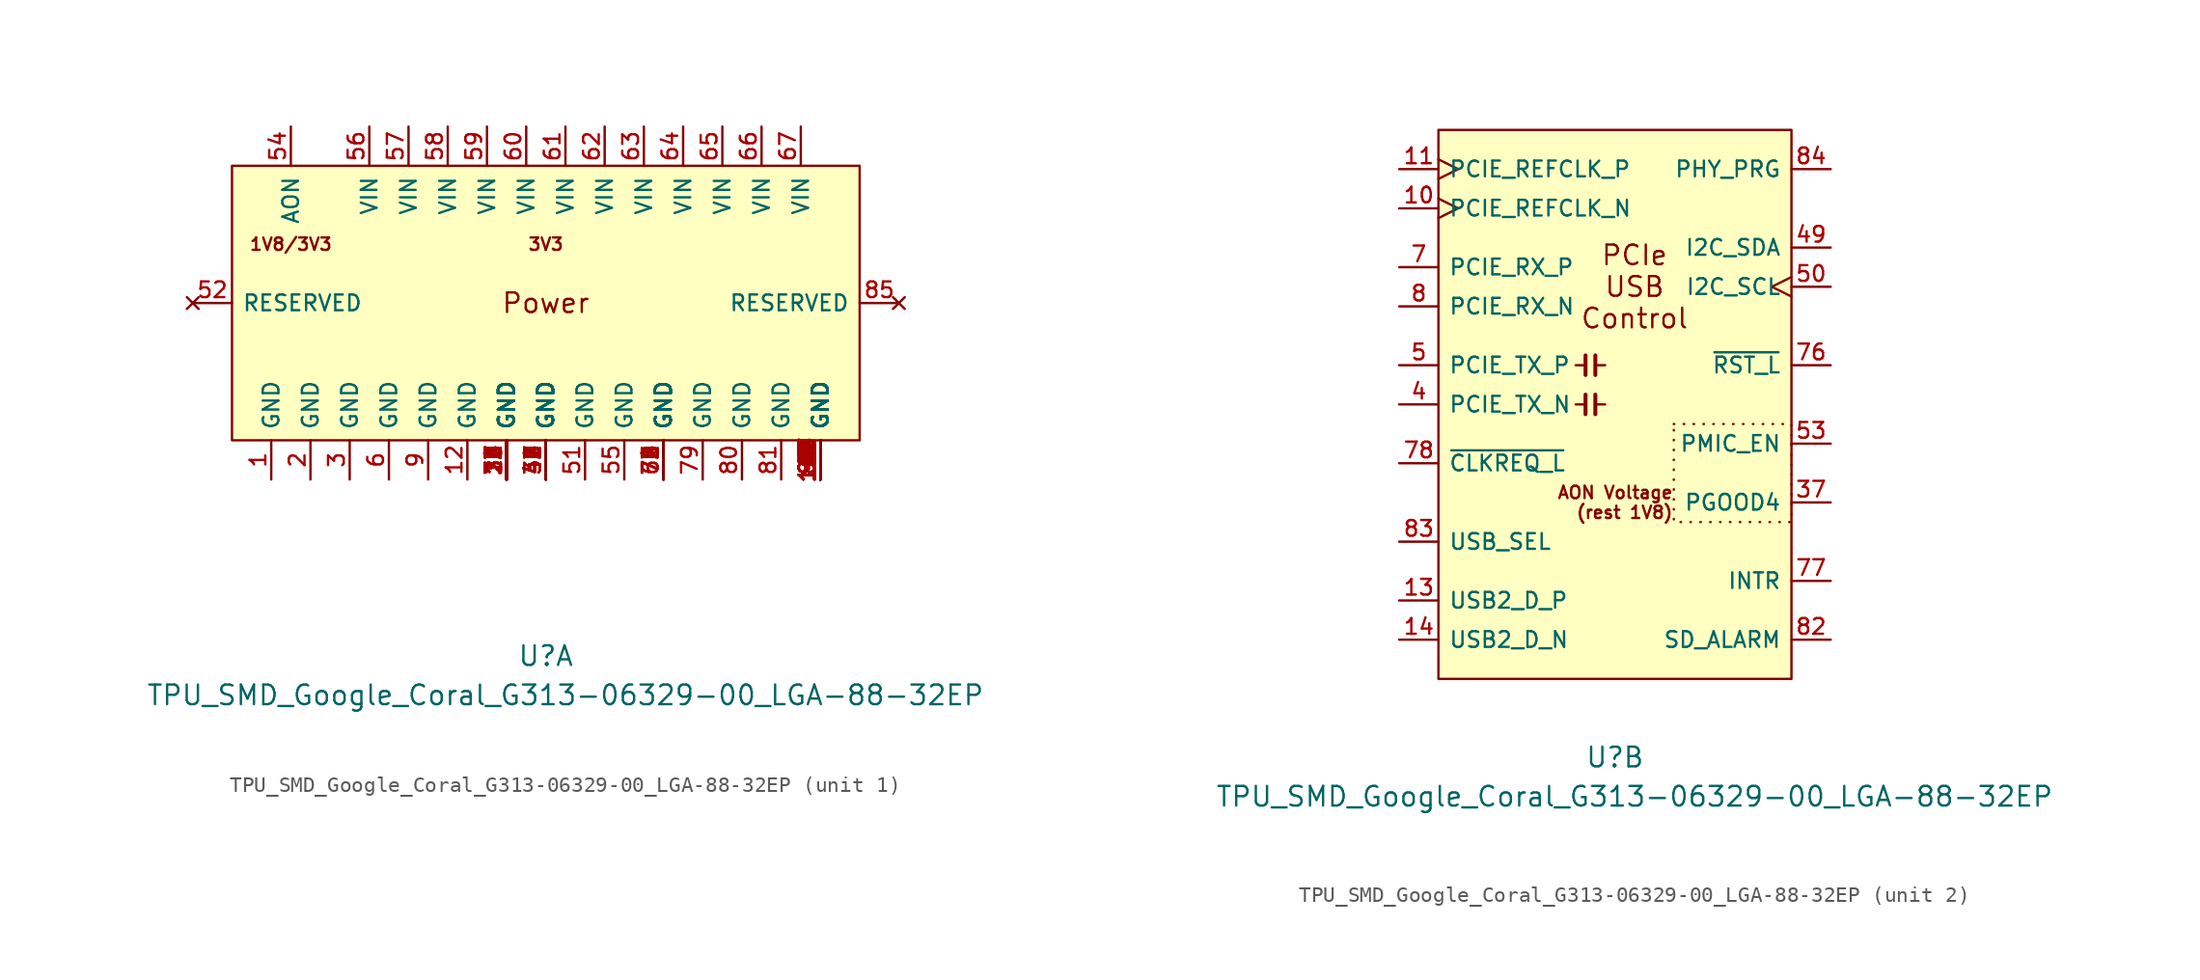
<source format=kicad_sym>
(kicad_symbol_lib
  (version 20241209)
  (generator "kicad_symbol_editor")
  (generator_version "9.0")
  (symbol "TPU_SMD_Google_Coral_G313-06329-00_LGA-88-32EP"
    (pin_names
      (offset 0.635))
    (property "Reference" "U"
      (at 0 -22.86 0)
      (effects (font (size 1.27 1.27))))
    (property "Value" "TPU_SMD_Google_Coral_G313-06329-00_LGA-88-32EP"
      (at 1.27 -25.4 0)
      (effects (font (size 1.27 1.27))))
    (property "ki_locked" ""
      (at 0 0 0)
      (effects (font (size 1.27 1.27))))
    (symbol "TPU_SMD_Google_Coral_G313-06329-00_LGA-88-32EP_1_0"
      (pin no_connect line (at -22.86 0 0) (length 2.54) (name "RESERVED" (effects (font (size 1.016 1.016)))) (number "52" (effects (font (size 1.016 1.016)))))
      (pin power_in line (at -17.78 -11.43 90) (length 2.54) (name "GND" (effects (font (size 1.016 1.016)))) (number "1" (effects (font (size 1.016 1.016)))))
      (pin power_in line (at -16.51 11.43 270) (length 2.54) (name "AON" (effects (font (size 1.016 1.016)))) (number "54" (effects (font (size 1.016 1.016)))))
      (pin power_in line (at -15.24 -11.43 90) (length 2.54) (name "GND" (effects (font (size 1.016 1.016)))) (number "2" (effects (font (size 1.016 1.016)))))
      (pin power_in line (at -12.7 -11.43 90) (length 2.54) (name "GND" (effects (font (size 1.016 1.016)))) (number "3" (effects (font (size 1.016 1.016)))))
      (pin power_in line (at -11.43 11.43 270) (length 2.54) (name "VIN" (effects (font (size 1.016 1.016)))) (number "56" (effects (font (size 1.016 1.016)))))
      (pin power_in line (at -10.16 -11.43 90) (length 2.54) (name "GND" (effects (font (size 1.016 1.016)))) (number "6" (effects (font (size 1.016 1.016)))))
      (pin power_in line (at -8.89 11.43 270) (length 2.54) (name "VIN" (effects (font (size 1.016 1.016)))) (number "57" (effects (font (size 1.016 1.016)))))
      (pin power_in line (at -7.62 -11.43 90) (length 2.54) (name "GND" (effects (font (size 1.016 1.016)))) (number "9" (effects (font (size 1.016 1.016)))))
      (pin power_in line (at -6.35 11.43 270) (length 2.54) (name "VIN" (effects (font (size 1.016 1.016)))) (number "58" (effects (font (size 1.016 1.016)))))
      (pin power_in line (at -5.08 -11.43 90) (length 2.54) (name "GND" (effects (font (size 1.016 1.016)))) (number "12" (effects (font (size 1.016 1.016)))))
      (pin power_in line (at -3.81 11.43 270) (length 2.54) (name "VIN" (effects (font (size 1.016 1.016)))) (number "59" (effects (font (size 1.016 1.016)))))
      (pin power_in line (at -2.54 -11.43 90) (length 2.54) (name "GND" (effects (font (size 1.016 1.016)))) (number "15" (effects (font (size 1.016 1.016)))))
      (pin power_in line (at -2.54 -11.43 90) (length 2.54) (name "GND" (effects (font (size 1.016 1.016)))) (number "16" (effects (font (size 1.016 1.016)))))
      (pin power_in line (at -2.54 -11.43 90) (length 2.54) (name "GND" (effects (font (size 1.016 1.016)))) (number "17" (effects (font (size 1.016 1.016)))))
      (pin power_in line (at -2.54 -11.43 90) (length 2.54) (name "GND" (effects (font (size 1.016 1.016)))) (number "18" (effects (font (size 1.016 1.016)))))
      (pin power_in line (at -2.54 -11.43 90) (length 2.54) (name "GND" (effects (font (size 1.016 1.016)))) (number "19" (effects (font (size 1.016 1.016)))))
      (pin power_in line (at -2.54 -11.43 90) (length 2.54) (name "GND" (effects (font (size 1.016 1.016)))) (number "20" (effects (font (size 1.016 1.016)))))
      (pin power_in line (at -2.54 -11.43 90) (length 2.54) (name "GND" (effects (font (size 1.016 1.016)))) (number "21" (effects (font (size 1.016 1.016)))))
      (pin power_in line (at -2.54 -11.43 90) (length 2.54) (name "GND" (effects (font (size 1.016 1.016)))) (number "22" (effects (font (size 1.016 1.016)))))
      (pin power_in line (at -2.54 -11.43 90) (length 2.54) (name "GND" (effects (font (size 1.016 1.016)))) (number "23" (effects (font (size 1.016 1.016)))))
      (pin power_in line (at -2.54 -11.43 90) (length 2.54) (name "GND" (effects (font (size 1.016 1.016)))) (number "24" (effects (font (size 1.016 1.016)))))
      (pin power_in line (at -2.54 -11.43 90) (length 2.54) (name "GND" (effects (font (size 1.016 1.016)))) (number "25" (effects (font (size 1.016 1.016)))))
      (pin power_in line (at -2.54 -11.43 90) (length 2.54) (name "GND" (effects (font (size 1.016 1.016)))) (number "26" (effects (font (size 1.016 1.016)))))
      (pin power_in line (at -2.54 -11.43 90) (length 2.54) (name "GND" (effects (font (size 1.016 1.016)))) (number "27" (effects (font (size 1.016 1.016)))))
      (pin power_in line (at -2.54 -11.43 90) (length 2.54) (name "GND" (effects (font (size 1.016 1.016)))) (number "28" (effects (font (size 1.016 1.016)))))
      (pin power_in line (at -2.54 -11.43 90) (length 2.54) (name "GND" (effects (font (size 1.016 1.016)))) (number "29" (effects (font (size 1.016 1.016)))))
      (pin power_in line (at -2.54 -11.43 90) (length 2.54) (name "GND" (effects (font (size 1.016 1.016)))) (number "30" (effects (font (size 1.016 1.016)))))
      (pin power_in line (at -2.54 -11.43 90) (length 2.54) (name "GND" (effects (font (size 1.016 1.016)))) (number "31" (effects (font (size 1.016 1.016)))))
      (pin power_in line (at -2.54 -11.43 90) (length 2.54) (name "GND" (effects (font (size 1.016 1.016)))) (number "32" (effects (font (size 1.016 1.016)))))
      (pin power_in line (at -2.54 -11.43 90) (length 2.54) (name "GND" (effects (font (size 1.016 1.016)))) (number "33" (effects (font (size 1.016 1.016)))))
      (pin power_in line (at -2.54 -11.43 90) (length 2.54) (name "GND" (effects (font (size 1.016 1.016)))) (number "34" (effects (font (size 1.016 1.016)))))
      (pin power_in line (at -2.54 -11.43 90) (length 2.54) (name "GND" (effects (font (size 1.016 1.016)))) (number "35" (effects (font (size 1.016 1.016)))))
      (pin power_in line (at -2.54 -11.43 90) (length 2.54) (name "GND" (effects (font (size 1.016 1.016)))) (number "36" (effects (font (size 1.016 1.016)))))
      (pin power_in line (at -1.27 11.43 270) (length 2.54) (name "VIN" (effects (font (size 1.016 1.016)))) (number "60" (effects (font (size 1.016 1.016)))))
      (pin power_in line (at 0 -11.43 90) (length 2.54) (name "GND" (effects (font (size 1.016 1.016)))) (number "38" (effects (font (size 1.016 1.016)))))
      (pin power_in line (at 0 -11.43 90) (length 2.54) (name "GND" (effects (font (size 1.016 1.016)))) (number "39" (effects (font (size 1.016 1.016)))))
      (pin power_in line (at 0 -11.43 90) (length 2.54) (name "GND" (effects (font (size 1.016 1.016)))) (number "40" (effects (font (size 1.016 1.016)))))
      (pin power_in line (at 0 -11.43 90) (length 2.54) (name "GND" (effects (font (size 1.016 1.016)))) (number "41" (effects (font (size 1.016 1.016)))))
      (pin power_in line (at 0 -11.43 90) (length 2.54) (name "GND" (effects (font (size 1.016 1.016)))) (number "42" (effects (font (size 1.016 1.016)))))
      (pin power_in line (at 0 -11.43 90) (length 2.54) (name "GND" (effects (font (size 1.016 1.016)))) (number "43" (effects (font (size 1.016 1.016)))))
      (pin power_in line (at 0 -11.43 90) (length 2.54) (name "GND" (effects (font (size 1.016 1.016)))) (number "44" (effects (font (size 1.016 1.016)))))
      (pin power_in line (at 0 -11.43 90) (length 2.54) (name "GND" (effects (font (size 1.016 1.016)))) (number "45" (effects (font (size 1.016 1.016)))))
      (pin power_in line (at 0 -11.43 90) (length 2.54) (name "GND" (effects (font (size 1.016 1.016)))) (number "46" (effects (font (size 1.016 1.016)))))
      (pin power_in line (at 0 -11.43 90) (length 2.54) (name "GND" (effects (font (size 1.016 1.016)))) (number "47" (effects (font (size 1.016 1.016)))))
      (pin power_in line (at 0 -11.43 90) (length 2.54) (name "GND" (effects (font (size 1.016 1.016)))) (number "48" (effects (font (size 1.016 1.016)))))
      (pin power_in line (at 1.27 11.43 270) (length 2.54) (name "VIN" (effects (font (size 1.016 1.016)))) (number "61" (effects (font (size 1.016 1.016)))))
      (pin power_in line (at 2.54 -11.43 90) (length 2.54) (name "GND" (effects (font (size 1.016 1.016)))) (number "51" (effects (font (size 1.016 1.016)))))
      (pin power_in line (at 3.81 11.43 270) (length 2.54) (name "VIN" (effects (font (size 1.016 1.016)))) (number "62" (effects (font (size 1.016 1.016)))))
      (pin power_in line (at 5.08 -11.43 90) (length 2.54) (name "GND" (effects (font (size 1.016 1.016)))) (number "55" (effects (font (size 1.016 1.016)))))
      (pin power_in line (at 6.35 11.43 270) (length 2.54) (name "VIN" (effects (font (size 1.016 1.016)))) (number "63" (effects (font (size 1.016 1.016)))))
      (pin power_in line (at 7.62 -11.43 90) (length 2.54) (name "GND" (effects (font (size 1.016 1.016)))) (number "68" (effects (font (size 1.016 1.016)))))
      (pin power_in line (at 7.62 -11.43 90) (length 2.54) (name "GND" (effects (font (size 1.016 1.016)))) (number "69" (effects (font (size 1.016 1.016)))))
      (pin power_in line (at 7.62 -11.43 90) (length 2.54) (name "GND" (effects (font (size 1.016 1.016)))) (number "70" (effects (font (size 1.016 1.016)))))
      (pin power_in line (at 7.62 -11.43 90) (length 2.54) (name "GND" (effects (font (size 1.016 1.016)))) (number "71" (effects (font (size 1.016 1.016)))))
      (pin power_in line (at 7.62 -11.43 90) (length 2.54) (name "GND" (effects (font (size 1.016 1.016)))) (number "72" (effects (font (size 1.016 1.016)))))
      (pin power_in line (at 7.62 -11.43 90) (length 2.54) (name "GND" (effects (font (size 1.016 1.016)))) (number "73" (effects (font (size 1.016 1.016)))))
      (pin power_in line (at 7.62 -11.43 90) (length 2.54) (name "GND" (effects (font (size 1.016 1.016)))) (number "74" (effects (font (size 1.016 1.016)))))
      (pin power_in line (at 7.62 -11.43 90) (length 2.54) (name "GND" (effects (font (size 1.016 1.016)))) (number "75" (effects (font (size 1.016 1.016)))))
      (pin power_in line (at 8.89 11.43 270) (length 2.54) (name "VIN" (effects (font (size 1.016 1.016)))) (number "64" (effects (font (size 1.016 1.016)))))
      (pin power_in line (at 10.16 -11.43 90) (length 2.54) (name "GND" (effects (font (size 1.016 1.016)))) (number "79" (effects (font (size 1.016 1.016)))))
      (pin power_in line (at 11.43 11.43 270) (length 2.54) (name "VIN" (effects (font (size 1.016 1.016)))) (number "65" (effects (font (size 1.016 1.016)))))
      (pin power_in line (at 12.7 -11.43 90) (length 2.54) (name "GND" (effects (font (size 1.016 1.016)))) (number "80" (effects (font (size 1.016 1.016)))))
      (pin power_in line (at 13.97 11.43 270) (length 2.54) (name "VIN" (effects (font (size 1.016 1.016)))) (number "66" (effects (font (size 1.016 1.016)))))
      (pin power_in line (at 15.24 -11.43 90) (length 2.54) (name "GND" (effects (font (size 1.016 1.016)))) (number "81" (effects (font (size 1.016 1.016)))))
      (pin power_in line (at 16.51 11.43 270) (length 2.54) (name "VIN" (effects (font (size 1.016 1.016)))) (number "67" (effects (font (size 1.016 1.016)))))
      (pin power_in line (at 17.78 -11.43 90) (length 2.54) (name "GND" (effects (font (size 1.016 1.016)))) (number "100" (effects (font (size 1.016 1.016)))))
      (pin power_in line (at 17.78 -11.43 90) (length 2.54) (name "GND" (effects (font (size 1.016 1.016)))) (number "101" (effects (font (size 1.016 1.016)))))
      (pin power_in line (at 17.78 -11.43 90) (length 2.54) (name "GND" (effects (font (size 1.016 1.016)))) (number "102" (effects (font (size 1.016 1.016)))))
      (pin power_in line (at 17.78 -11.43 90) (length 2.54) (name "GND" (effects (font (size 1.016 1.016)))) (number "103" (effects (font (size 1.016 1.016)))))
      (pin power_in line (at 17.78 -11.43 90) (length 2.54) (name "GND" (effects (font (size 1.016 1.016)))) (number "104" (effects (font (size 1.016 1.016)))))
      (pin power_in line (at 17.78 -11.43 90) (length 2.54) (name "GND" (effects (font (size 1.016 1.016)))) (number "105" (effects (font (size 1.016 1.016)))))
      (pin power_in line (at 17.78 -11.43 90) (length 2.54) (name "GND" (effects (font (size 1.016 1.016)))) (number "106" (effects (font (size 1.016 1.016)))))
      (pin power_in line (at 17.78 -11.43 90) (length 2.54) (name "GND" (effects (font (size 1.016 1.016)))) (number "107" (effects (font (size 1.016 1.016)))))
      (pin power_in line (at 17.78 -11.43 90) (length 2.54) (name "GND" (effects (font (size 1.016 1.016)))) (number "108" (effects (font (size 1.016 1.016)))))
      (pin power_in line (at 17.78 -11.43 90) (length 2.54) (name "GND" (effects (font (size 1.016 1.016)))) (number "109" (effects (font (size 1.016 1.016)))))
      (pin power_in line (at 17.78 -11.43 90) (length 2.54) (name "GND" (effects (font (size 1.016 1.016)))) (number "110" (effects (font (size 1.016 1.016)))))
      (pin power_in line (at 17.78 -11.43 90) (length 2.54) (name "GND" (effects (font (size 1.016 1.016)))) (number "111" (effects (font (size 1.016 1.016)))))
      (pin power_in line (at 17.78 -11.43 90) (length 2.54) (name "GND" (effects (font (size 1.016 1.016)))) (number "112" (effects (font (size 1.016 1.016)))))
      (pin power_in line (at 17.78 -11.43 90) (length 2.54) (name "GND" (effects (font (size 1.016 1.016)))) (number "113" (effects (font (size 1.016 1.016)))))
      (pin power_in line (at 17.78 -11.43 90) (length 2.54) (name "GND" (effects (font (size 1.016 1.016)))) (number "114" (effects (font (size 1.016 1.016)))))
      (pin power_in line (at 17.78 -11.43 90) (length 2.54) (name "GND" (effects (font (size 1.016 1.016)))) (number "115" (effects (font (size 1.016 1.016)))))
      (pin power_in line (at 17.78 -11.43 90) (length 2.54) (name "GND" (effects (font (size 1.016 1.016)))) (number "116" (effects (font (size 1.016 1.016)))))
      (pin power_in line (at 17.78 -11.43 90) (length 2.54) (name "GND" (effects (font (size 1.016 1.016)))) (number "117" (effects (font (size 1.016 1.016)))))
      (pin power_in line (at 17.78 -11.43 90) (length 2.54) (name "GND" (effects (font (size 1.016 1.016)))) (number "118" (effects (font (size 1.016 1.016)))))
      (pin power_in line (at 17.78 -11.43 90) (length 2.54) (name "GND" (effects (font (size 1.016 1.016)))) (number "119" (effects (font (size 1.016 1.016)))))
      (pin power_in line (at 17.78 -11.43 90) (length 2.54) (name "GND" (effects (font (size 1.016 1.016)))) (number "120" (effects (font (size 1.016 1.016)))))
      (pin power_in line (at 17.78 -11.43 90) (length 2.54) (name "GND" (effects (font (size 1.016 1.016)))) (number "86" (effects (font (size 1.016 1.016)))))
      (pin power_in line (at 17.78 -11.43 90) (length 2.54) (name "GND" (effects (font (size 1.016 1.016)))) (number "87" (effects (font (size 1.016 1.016)))))
      (pin power_in line (at 17.78 -11.43 90) (length 2.54) (name "GND" (effects (font (size 1.016 1.016)))) (number "88" (effects (font (size 1.016 1.016)))))
      (pin power_in line (at 17.78 -11.43 90) (length 2.54) (name "GND" (effects (font (size 1.016 1.016)))) (number "89" (effects (font (size 1.016 1.016)))))
      (pin power_in line (at 17.78 -11.43 90) (length 2.54) (name "GND" (effects (font (size 1.016 1.016)))) (number "90" (effects (font (size 1.016 1.016)))))
      (pin power_in line (at 17.78 -11.43 90) (length 2.54) (name "GND" (effects (font (size 1.016 1.016)))) (number "91" (effects (font (size 1.016 1.016)))))
      (pin power_in line (at 17.78 -11.43 90) (length 2.54) (name "GND" (effects (font (size 1.016 1.016)))) (number "92" (effects (font (size 1.016 1.016)))))
      (pin power_in line (at 17.78 -11.43 90) (length 2.54) (name "GND" (effects (font (size 1.016 1.016)))) (number "93" (effects (font (size 1.016 1.016)))))
      (pin power_in line (at 17.78 -11.43 90) (length 2.54) (name "GND" (effects (font (size 1.016 1.016)))) (number "94" (effects (font (size 1.016 1.016)))))
      (pin power_in line (at 17.78 -11.43 90) (length 2.54) (name "GND" (effects (font (size 1.016 1.016)))) (number "95" (effects (font (size 1.016 1.016)))))
      (pin power_in line (at 17.78 -11.43 90) (length 2.54) (name "GND" (effects (font (size 1.016 1.016)))) (number "96" (effects (font (size 1.016 1.016)))))
      (pin power_in line (at 17.78 -11.43 90) (length 2.54) (name "GND" (effects (font (size 1.016 1.016)))) (number "97" (effects (font (size 1.016 1.016)))))
      (pin power_in line (at 17.78 -11.43 90) (length 2.54) (name "GND" (effects (font (size 1.016 1.016)))) (number "98" (effects (font (size 1.016 1.016)))))
      (pin power_in line (at 17.78 -11.43 90) (length 2.54) (name "GND" (effects (font (size 1.016 1.016)))) (number "99" (effects (font (size 1.016 1.016)))))
      (pin no_connect line (at 22.86 0 180) (length 2.54) (name "RESERVED" (effects (font (size 1.016 1.016)))) (number "85" (effects (font (size 1.016 1.016))))))
    (symbol "TPU_SMD_Google_Coral_G313-06329-00_LGA-88-32EP_1_1"
      (rectangle (start -20.32 8.89) (end 20.32 -8.89) (stroke (width 0) (type default)) (fill (type background)))
      (text "1V8/3V3" (at -16.51 3.81 0) (effects (font (size 0.8 0.8))))
      (text "3V3" (at 0 3.81 0) (effects (font (size 0.8 0.8))))
      (text "Power" (at 0 0 0) (effects (font (size 1.27 1.27)))))
    (symbol "TPU_SMD_Google_Coral_G313-06329-00_LGA-88-32EP_2_0"
      (pin input clock (at -13.97 15.24 0) (length 2.54) (name "PCIE_REFCLK_P" (effects (font (size 1.016 1.016)))) (number "11" (effects (font (size 1.016 1.016)))))
      (pin input clock (at -13.97 12.7 0) (length 2.54) (name "PCIE_REFCLK_N" (effects (font (size 1.016 1.016)))) (number "10" (effects (font (size 1.016 1.016)))))
      (pin input line (at -13.97 8.89 0) (length 2.54) (name "PCIE_RX_P" (effects (font (size 1.016 1.016)))) (number "7" (effects (font (size 1.016 1.016)))))
      (pin input line (at -13.97 6.35 0) (length 2.54) (name "PCIE_RX_N" (effects (font (size 1.016 1.016)))) (number "8" (effects (font (size 1.016 1.016)))))
      (pin output line (at -13.97 2.54 0) (length 2.54) (name "PCIE_TX_P" (effects (font (size 1.016 1.016)))) (number "5" (effects (font (size 1.016 1.016)))))
      (pin output line (at -13.97 0 0) (length 2.54) (name "PCIE_TX_N" (effects (font (size 1.016 1.016)))) (number "4" (effects (font (size 1.016 1.016)))))
      (pin bidirectional line (at -13.97 -3.81 0) (length 2.54) (name "~{CLKREQ_L}" (effects (font (size 1.016 1.016)))) (number "78" (effects (font (size 1.016 1.016)))))
      (pin input line (at -13.97 -8.89 0) (length 2.54) (name "USB_SEL" (effects (font (size 1.016 1.016)))) (number "83" (effects (font (size 1.016 1.016)))))
      (pin bidirectional line (at -13.97 -12.7 0) (length 2.54) (name "USB2_D_P" (effects (font (size 1.016 1.016)))) (number "13" (effects (font (size 1.016 1.016)))))
      (pin bidirectional line (at -13.97 -15.24 0) (length 2.54) (name "USB2_D_N" (effects (font (size 1.016 1.016)))) (number "14" (effects (font (size 1.016 1.016)))))
      (pin input line (at 13.97 15.24 180) (length 2.54) (name "PHY_PRG" (effects (font (size 1.016 1.016)))) (number "84" (effects (font (size 1.016 1.016)))))
      (pin bidirectional line (at 13.97 10.16 180) (length 2.54) (name "I2C_SDA" (effects (font (size 1.016 1.016)))) (number "49" (effects (font (size 1.016 1.016)))))
      (pin input clock (at 13.97 7.62 180) (length 2.54) (name "I2C_SCL" (effects (font (size 1.016 1.016)))) (number "50" (effects (font (size 1.016 1.016)))))
      (pin input line (at 13.97 2.54 180) (length 2.54) (name "~{RST_L}" (effects (font (size 1.016 1.016)))) (number "76" (effects (font (size 1.016 1.016)))))
      (pin input line (at 13.97 -2.54 180) (length 2.54) (name "PMIC_EN" (effects (font (size 1.016 1.016)))) (number "53" (effects (font (size 1.016 1.016)))))
      (pin output line (at 13.97 -6.35 180) (length 2.54) (name "PGOOD4" (effects (font (size 1.016 1.016)))) (number "37" (effects (font (size 1.016 1.016)))))
      (pin output line (at 13.97 -11.43 180) (length 2.54) (name "INTR" (effects (font (size 1.016 1.016)))) (number "77" (effects (font (size 1.016 1.016)))))
      (pin output line (at 13.97 -15.24 180) (length 2.54) (name "SD_ALARM" (effects (font (size 1.016 1.016)))) (number "82" (effects (font (size 1.016 1.016))))))
    (symbol "TPU_SMD_Google_Coral_G313-06329-00_LGA-88-32EP_2_1"
      (rectangle (start -11.43 17.78) (end 11.43 -17.78) (stroke (width 0) (type default)) (fill (type background)))
      (polyline (pts (xy -1.905 3.175) (xy -1.905 1.905)) (stroke (width 0.254) (type default)) (fill (type none)))
      (polyline (pts (xy -1.905 2.54) (xy -2.54 2.54)) (stroke (width 0) (type default)) (fill (type none)))
      (polyline (pts (xy -1.905 0.635) (xy -1.905 -0.635)) (stroke (width 0.254) (type default)) (fill (type none)))
      (polyline (pts (xy -1.905 0) (xy -2.54 0)) (stroke (width 0) (type default)) (fill (type none)))
      (polyline (pts (xy -1.27 3.175) (xy -1.27 1.905)) (stroke (width 0.254) (type default)) (fill (type none)))
      (polyline (pts (xy -1.27 2.54) (xy -0.635 2.54)) (stroke (width 0) (type default)) (fill (type none)))
      (polyline (pts (xy -1.27 0.635) (xy -1.27 -0.635)) (stroke (width 0.254) (type default)) (fill (type none)))
      (polyline (pts (xy -1.27 0) (xy -0.635 0)) (stroke (width 0) (type default)) (fill (type none)))
      (rectangle (start 3.81 -1.27) (end 11.43 -7.62) (stroke (width 0) (type dot)) (fill (type none)))
      (text "PCIe\nUSB\nControl" (at 1.27 7.62 0) (effects (font (size 1.27 1.27))))
      (text "AON Voltage\n(rest 1V8)" (at 3.81 -6.35 0) (effects (font (size 0.8 0.8)) (justify right))))))
</source>
